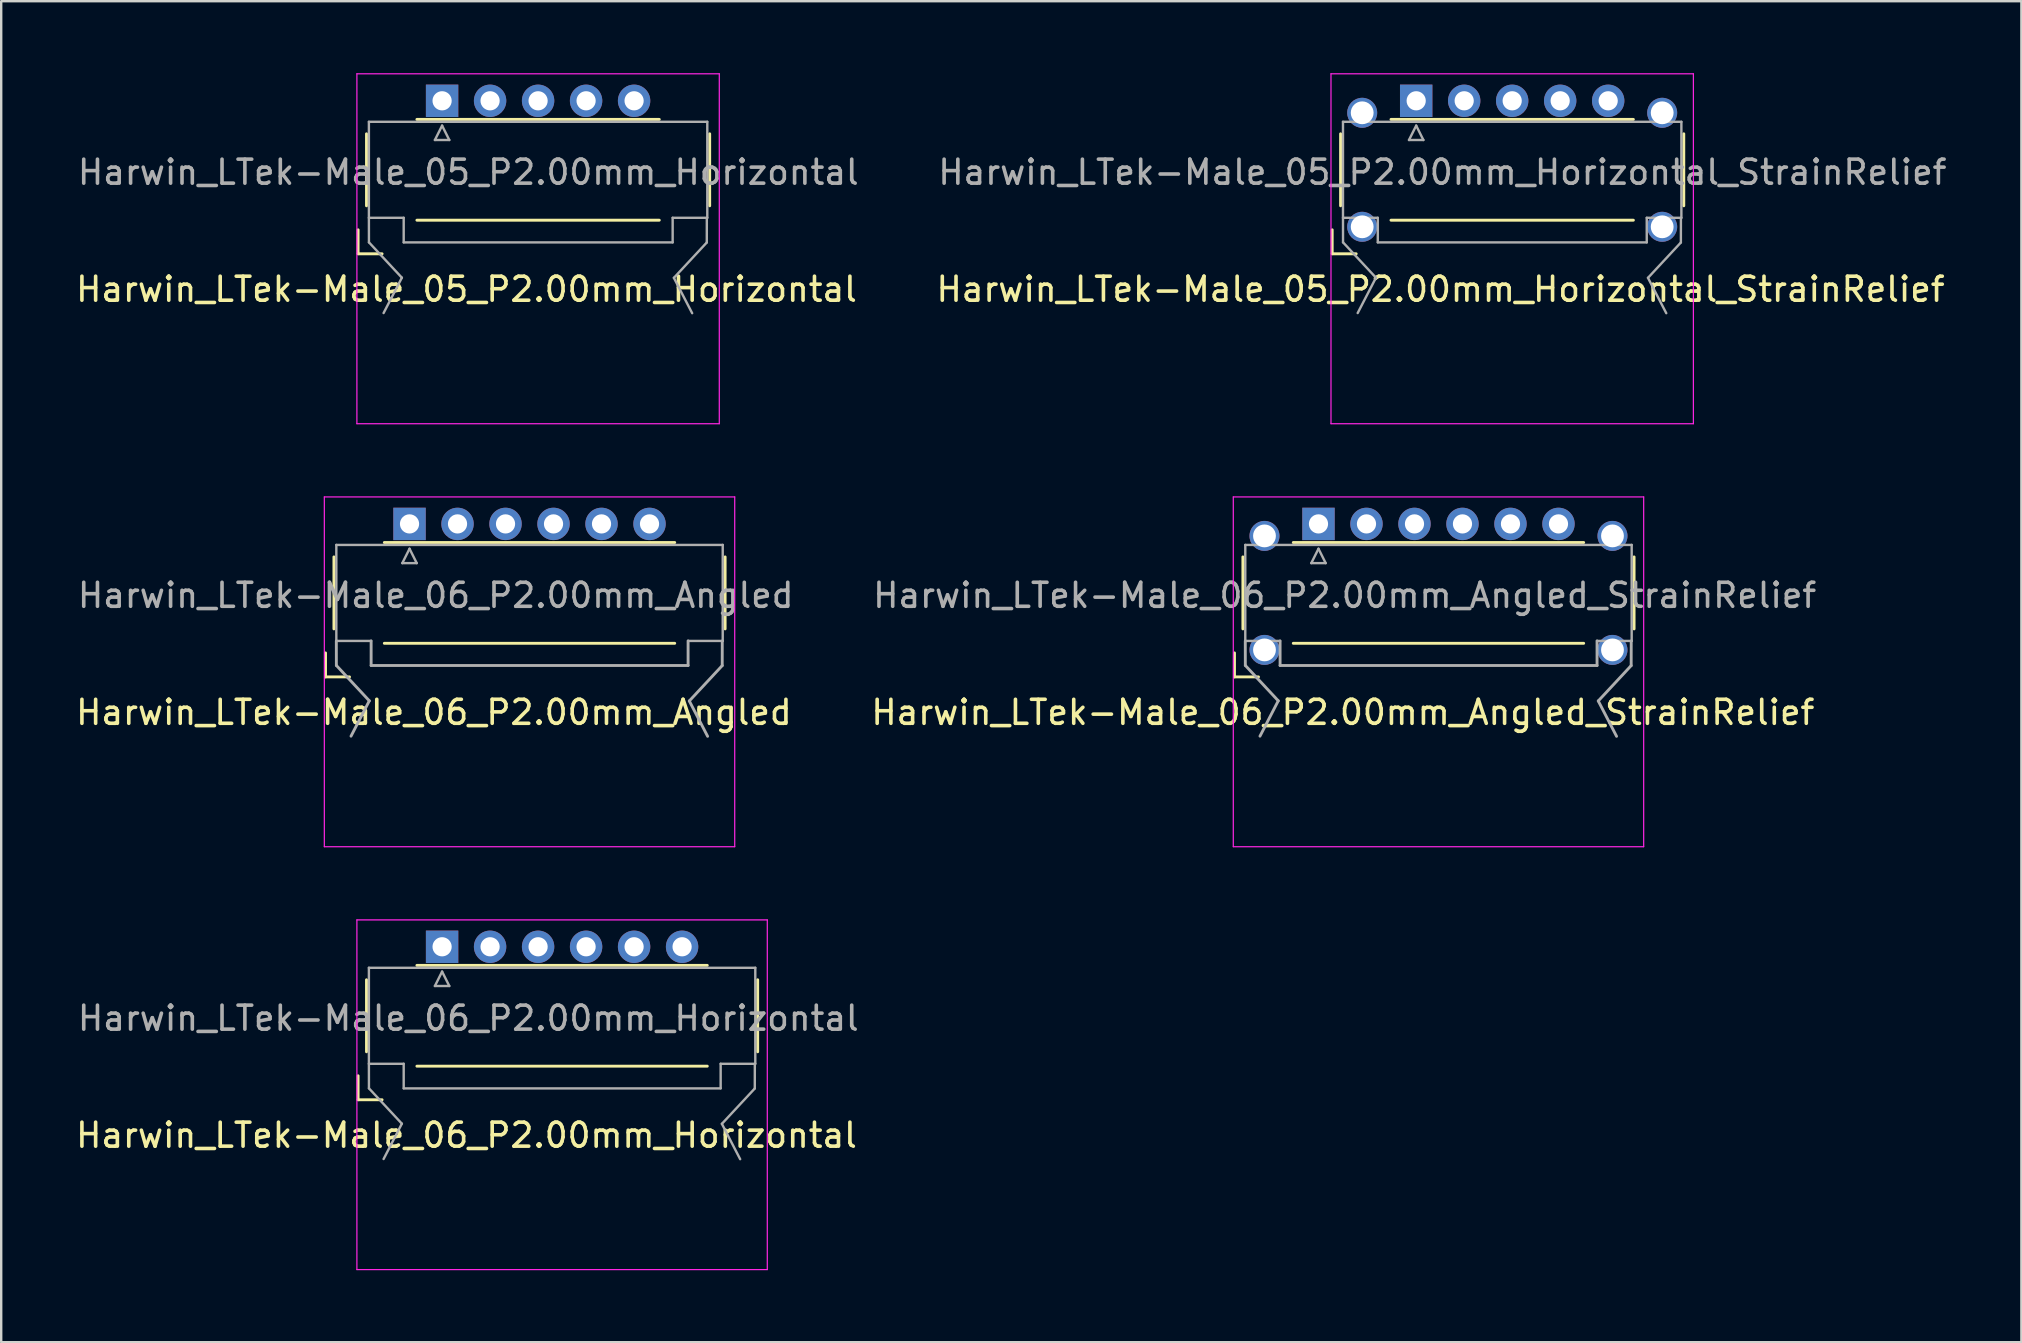
<source format=kicad_pcb>
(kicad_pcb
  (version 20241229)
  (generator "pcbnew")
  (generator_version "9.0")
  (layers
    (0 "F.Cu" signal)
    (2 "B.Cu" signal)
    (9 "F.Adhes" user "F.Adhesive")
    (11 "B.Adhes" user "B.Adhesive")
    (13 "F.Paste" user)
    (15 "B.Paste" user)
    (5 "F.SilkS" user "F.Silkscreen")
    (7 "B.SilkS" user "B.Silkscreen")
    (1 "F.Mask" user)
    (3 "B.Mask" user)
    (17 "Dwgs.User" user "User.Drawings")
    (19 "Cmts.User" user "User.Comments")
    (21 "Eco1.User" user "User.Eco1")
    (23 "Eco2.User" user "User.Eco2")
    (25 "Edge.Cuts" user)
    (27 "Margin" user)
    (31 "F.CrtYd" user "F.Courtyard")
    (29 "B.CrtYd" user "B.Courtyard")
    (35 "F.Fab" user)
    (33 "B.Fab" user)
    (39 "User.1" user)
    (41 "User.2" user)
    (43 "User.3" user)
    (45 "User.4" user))
  (footprint "Harwin_LTek-Male_06_P2.00mm_Horizontal"
    (layer "F.Cu")
    (at 15.371 36.4)
    (property "Reference" "Harwin_LTek-Male_06_P2.00mm_Horizontal" (at 1.016 7.853 180) (layer "F.SilkS") (effects (font (size 1 1) (thickness 0.15))))
    (attr through_hole)
    (fp_line (start -3.5 5.375) (end -3.5 6.375) (stroke (width 0.12) (type solid)) (layer "F.SilkS"))
    (fp_line (start -3.5 6.375) (end -2.5 6.375) (stroke (width 0.12) (type solid)) (layer "F.SilkS"))
    (fp_line (start -3.15 1.375) (end -3.15 4.375) (stroke (width 0.12) (type solid)) (layer "F.SilkS"))
    (fp_line (start -1.05 0.775) (end 11.05 0.775) (stroke (width 0.12) (type solid)) (layer "F.SilkS"))
    (fp_line (start -1.05 4.975) (end 11.05 4.975) (stroke (width 0.12) (type solid)) (layer "F.SilkS"))
    (fp_line (start 13.15 1.375) (end 13.15 4.375) (stroke (width 0.12) (type solid)) (layer "F.SilkS"))
    (fp_line (start -3.55 -1.12) (end -3.55 13.45) (stroke (width 0.05) (type solid)) (layer "F.CrtYd"))
    (fp_line (start -3.55 13.45) (end 13.55 13.45) (stroke (width 0.05) (type solid)) (layer "F.CrtYd"))
    (fp_line (start 13.55 -1.12) (end -3.55 -1.12) (stroke (width 0.05) (type solid)) (layer "F.CrtYd"))
    (fp_line (start 13.55 13.45) (end 13.55 -1.12) (stroke (width 0.05) (type solid)) (layer "F.CrtYd"))
    (fp_line (start -3.05 0.875) (end -3.05 4.875) (stroke (width 0.1) (type solid)) (layer "F.Fab"))
    (fp_line (start -3.048 5.898) (end -3.05 4.875) (stroke (width 0.1) (type solid)) (layer "F.Fab"))
    (fp_line (start -3.043 4.875) (end -1.6 4.875) (stroke (width 0.1) (type solid)) (layer "F.Fab"))
    (fp_line (start -1.676 7.371) (end -3.048 5.898) (stroke (width 0.1) (type solid)) (layer "F.Fab"))
    (fp_line (start -1.676 7.371) (end -2.438 8.844) (stroke (width 0.1) (type solid)) (layer "F.Fab"))
    (fp_line (start -1.6 4.875) (end -1.6 5.898) (stroke (width 0.1) (type solid)) (layer "F.Fab"))
    (fp_line (start -1.6 5.9) (end 11.607 5.9) (stroke (width 0.1) (type solid)) (layer "F.Fab"))
    (fp_line (start -0.3 1.634) (end 0.3 1.634) (stroke (width 0.1) (type solid)) (layer "F.Fab"))
    (fp_line (start 0 1.034) (end -0.3 1.634) (stroke (width 0.1) (type solid)) (layer "F.Fab"))
    (fp_line (start 0.3 1.634) (end 0 1.034) (stroke (width 0.1) (type solid)) (layer "F.Fab"))
    (fp_line (start 11.607 4.875) (end 13.05 4.875) (stroke (width 0.1) (type solid)) (layer "F.Fab"))
    (fp_line (start 11.607 5.898) (end 11.607 4.875) (stroke (width 0.1) (type solid)) (layer "F.Fab"))
    (fp_line (start 11.658 7.377) (end 12.42 8.85) (stroke (width 0.1) (type solid)) (layer "F.Fab"))
    (fp_line (start 11.658 7.377) (end 13.029 5.904) (stroke (width 0.1) (type solid)) (layer "F.Fab"))
    (fp_line (start 13.029 5.904) (end 13.031 4.881) (stroke (width 0.1) (type solid)) (layer "F.Fab"))
    (fp_line (start 13.05 0.875) (end -3.05 0.875) (stroke (width 0.1) (type solid)) (layer "F.Fab"))
    (fp_line (start 13.05 4.875) (end 13.05 0.875) (stroke (width 0.1) (type solid)) (layer "F.Fab"))
    (fp_text user "${REFERENCE}" (at 1.092 2.977 0) (layer "F.Fab") (effects (font (size 1 1) (thickness 0.15))))
    (pad "1" thru_hole rect (at 0 0) (size 1.35 1.35) (drill 0.8) (layers "*.Cu" "*.Mask"))
    (pad "2" thru_hole circle (at 2 0) (size 1.35 1.35) (drill 0.8) (layers "*.Cu" "*.Mask"))
    (pad "3" thru_hole circle (at 4 0) (size 1.35 1.35) (drill 0.8) (layers "*.Cu" "*.Mask"))
    (pad "4" thru_hole circle (at 6 0) (size 1.35 1.35) (drill 0.8) (layers "*.Cu" "*.Mask"))
    (pad "5" thru_hole circle (at 8 0) (size 1.35 1.35) (drill 0.8) (layers "*.Cu" "*.Mask"))
    (pad "6" thru_hole circle (at 10 0) (size 1.35 1.35) (drill 0.8) (layers "*.Cu" "*.Mask")))
  (footprint "Harwin_LTek-Male_06_P2.00mm_Angled"
    (layer "F.Cu")
    (at 14.014 21.655)
    (property "Reference" "Harwin_LTek-Male_06_P2.00mm_Angled" (at 1.016 4.978 180) (layer "F.SilkS") (effects (font (size 1 1) (thickness 0.15))))
    (attr through_hole)
    (fp_line (start -3.5 2.5) (end -3.5 3.5) (stroke (width 0.12) (type solid)) (layer "F.SilkS"))
    (fp_line (start -3.5 3.5) (end -2.5 3.5) (stroke (width 0.12) (type solid)) (layer "F.SilkS"))
    (fp_line (start -3.15 -1.5) (end -3.15 1.5) (stroke (width 0.12) (type solid)) (layer "F.SilkS"))
    (fp_line (start -1.05 -2.1) (end 11.05 -2.1) (stroke (width 0.12) (type solid)) (layer "F.SilkS"))
    (fp_line (start -1.05 2.1) (end 11.05 2.1) (stroke (width 0.12) (type solid)) (layer "F.SilkS"))
    (fp_line (start 13.15 -1.5) (end 13.15 1.5) (stroke (width 0.12) (type solid)) (layer "F.SilkS"))
    (fp_line (start -3.55 -4) (end -3.55 10.575) (stroke (width 0.05) (type solid)) (layer "F.CrtYd"))
    (fp_line (start -3.55 10.575) (end 13.55 10.575) (stroke (width 0.05) (type solid)) (layer "F.CrtYd"))
    (fp_line (start 13.55 -4) (end -3.55 -4) (stroke (width 0.05) (type solid)) (layer "F.CrtYd"))
    (fp_line (start 13.55 10.575) (end 13.55 -4) (stroke (width 0.05) (type solid)) (layer "F.CrtYd"))
    (fp_line (start -3.05 -2) (end -3.05 2) (stroke (width 0.1) (type solid)) (layer "F.Fab"))
    (fp_line (start -3.048 3.023) (end -3.05 2) (stroke (width 0.12) (type solid)) (layer "F.Fab"))
    (fp_line (start -3.043 2) (end -1.6 2) (stroke (width 0.1) (type solid)) (layer "F.Fab"))
    (fp_line (start -1.676 4.496) (end -3.048 3.023) (stroke (width 0.12) (type solid)) (layer "F.Fab"))
    (fp_line (start -1.676 4.496) (end -2.438 5.969) (stroke (width 0.12) (type solid)) (layer "F.Fab"))
    (fp_line (start -1.6 2) (end -1.6 3.023) (stroke (width 0.12) (type solid)) (layer "F.Fab"))
    (fp_line (start -1.6 3.025) (end 11.607 3.025) (stroke (width 0.12) (type solid)) (layer "F.Fab"))
    (fp_line (start -0.3 -1.241) (end 0.3 -1.241) (stroke (width 0.1) (type solid)) (layer "F.Fab"))
    (fp_line (start 0 -1.841) (end -0.3 -1.241) (stroke (width 0.1) (type solid)) (layer "F.Fab"))
    (fp_line (start 0.3 -1.241) (end 0 -1.841) (stroke (width 0.1) (type solid)) (layer "F.Fab"))
    (fp_line (start 11.607 2) (end 13.05 2) (stroke (width 0.1) (type solid)) (layer "F.Fab"))
    (fp_line (start 11.607 3.023) (end 11.607 2) (stroke (width 0.12) (type solid)) (layer "F.Fab"))
    (fp_line (start 11.658 4.502) (end 12.42 5.975) (stroke (width 0.12) (type solid)) (layer "F.Fab"))
    (fp_line (start 11.658 4.502) (end 13.029 3.029) (stroke (width 0.12) (type solid)) (layer "F.Fab"))
    (fp_line (start 13.029 3.029) (end 13.031 2.006) (stroke (width 0.12) (type solid)) (layer "F.Fab"))
    (fp_line (start 13.05 -2) (end -3.05 -2) (stroke (width 0.1) (type solid)) (layer "F.Fab"))
    (fp_line (start 13.05 2) (end 13.05 -2) (stroke (width 0.1) (type solid)) (layer "F.Fab"))
    (fp_text user "${REFERENCE}" (at 1.092 0.102 0) (layer "F.Fab") (effects (font (size 1 1) (thickness 0.15))))
    (pad "1" thru_hole rect (at 0 -2.875) (size 1.35 1.35) (drill 0.8) (layers "*.Cu" "*.Mask"))
    (pad "2" thru_hole circle (at 2 -2.875) (size 1.35 1.35) (drill 0.8) (layers "*.Cu" "*.Mask"))
    (pad "3" thru_hole circle (at 4 -2.875) (size 1.35 1.35) (drill 0.8) (layers "*.Cu" "*.Mask"))
    (pad "4" thru_hole circle (at 6 -2.875) (size 1.35 1.35) (drill 0.8) (layers "*.Cu" "*.Mask"))
    (pad "5" thru_hole circle (at 8 -2.875) (size 1.35 1.35) (drill 0.8) (layers "*.Cu" "*.Mask"))
    (pad "6" thru_hole circle (at 10 -2.875) (size 1.35 1.35) (drill 0.8) (layers "*.Cu" "*.Mask")))
  (footprint "Harwin_LTek-Male_06_P2.00mm_Angled_StrainRelief"
    (layer "F.Cu")
    (at 51.888 21.655)
    (property "Reference" "Harwin_LTek-Male_06_P2.00mm_Angled_StrainRelief" (at 1.016 4.978 180) (layer "F.SilkS") (effects (font (size 1 1) (thickness 0.15))))
    (attr through_hole)
    (fp_line (start -3.5 2.5) (end -3.5 3.5) (stroke (width 0.12) (type solid)) (layer "F.SilkS"))
    (fp_line (start -3.5 3.5) (end -2.5 3.5) (stroke (width 0.12) (type solid)) (layer "F.SilkS"))
    (fp_line (start -3.15 -1.5) (end -3.15 1.5) (stroke (width 0.12) (type solid)) (layer "F.SilkS"))
    (fp_line (start -1.05 -2.1) (end 11.05 -2.1) (stroke (width 0.12) (type solid)) (layer "F.SilkS"))
    (fp_line (start -1.05 2.1) (end 11.05 2.1) (stroke (width 0.12) (type solid)) (layer "F.SilkS"))
    (fp_line (start 13.15 -1.5) (end 13.15 1.5) (stroke (width 0.12) (type solid)) (layer "F.SilkS"))
    (fp_line (start -3.55 -4) (end -3.55 10.575) (stroke (width 0.05) (type solid)) (layer "F.CrtYd"))
    (fp_line (start -3.55 10.575) (end 13.55 10.575) (stroke (width 0.05) (type solid)) (layer "F.CrtYd"))
    (fp_line (start 13.55 -4) (end -3.55 -4) (stroke (width 0.05) (type solid)) (layer "F.CrtYd"))
    (fp_line (start 13.55 10.575) (end 13.55 -4) (stroke (width 0.05) (type solid)) (layer "F.CrtYd"))
    (fp_line (start -3.05 -2) (end -3.05 2) (stroke (width 0.1) (type solid)) (layer "F.Fab"))
    (fp_line (start -3.048 3.023) (end -3.05 2) (stroke (width 0.12) (type solid)) (layer "F.Fab"))
    (fp_line (start -3.043 2) (end -1.6 2) (stroke (width 0.1) (type solid)) (layer "F.Fab"))
    (fp_line (start -1.676 4.496) (end -3.048 3.023) (stroke (width 0.12) (type solid)) (layer "F.Fab"))
    (fp_line (start -1.676 4.496) (end -2.438 5.969) (stroke (width 0.12) (type solid)) (layer "F.Fab"))
    (fp_line (start -1.6 2) (end -1.6 3.023) (stroke (width 0.12) (type solid)) (layer "F.Fab"))
    (fp_line (start -1.6 3.025) (end 11.607 3.025) (stroke (width 0.12) (type solid)) (layer "F.Fab"))
    (fp_line (start -0.3 -1.241) (end 0.3 -1.241) (stroke (width 0.1) (type solid)) (layer "F.Fab"))
    (fp_line (start 0 -1.841) (end -0.3 -1.241) (stroke (width 0.1) (type solid)) (layer "F.Fab"))
    (fp_line (start 0.3 -1.241) (end 0 -1.841) (stroke (width 0.1) (type solid)) (layer "F.Fab"))
    (fp_line (start 11.607 2) (end 13.05 2) (stroke (width 0.1) (type solid)) (layer "F.Fab"))
    (fp_line (start 11.607 3.023) (end 11.607 2) (stroke (width 0.12) (type solid)) (layer "F.Fab"))
    (fp_line (start 11.658 4.502) (end 12.42 5.975) (stroke (width 0.12) (type solid)) (layer "F.Fab"))
    (fp_line (start 11.658 4.502) (end 13.029 3.029) (stroke (width 0.12) (type solid)) (layer "F.Fab"))
    (fp_line (start 13.029 3.029) (end 13.031 2.006) (stroke (width 0.12) (type solid)) (layer "F.Fab"))
    (fp_line (start 13.05 -2) (end -3.05 -2) (stroke (width 0.1) (type solid)) (layer "F.Fab"))
    (fp_line (start 13.05 2) (end 13.05 -2) (stroke (width 0.1) (type solid)) (layer "F.Fab"))
    (fp_text user "${REFERENCE}" (at 1.092 0.102 0) (layer "F.Fab") (effects (font (size 1 1) (thickness 0.15))))
    (pad "" thru_hole circle (at -2.25 -2.375) (size 1.25 1.25) (drill 0.95) (layers "*.Cu" "*.Mask"))
    (pad "" thru_hole circle (at -2.25 2.375) (size 1.25 1.25) (drill 0.95) (layers "*.Cu" "*.Mask"))
    (pad "" thru_hole circle (at 12.25 -2.375) (size 1.25 1.25) (drill 0.95) (layers "*.Cu" "*.Mask"))
    (pad "" thru_hole circle (at 12.25 2.375) (size 1.25 1.25) (drill 0.95) (layers "*.Cu" "*.Mask"))
    (pad "1" thru_hole rect (at 0 -2.875) (size 1.35 1.35) (drill 0.8) (layers "*.Cu" "*.Mask"))
    (pad "2" thru_hole circle (at 2 -2.875) (size 1.35 1.35) (drill 0.8) (layers "*.Cu" "*.Mask"))
    (pad "3" thru_hole circle (at 4 -2.875) (size 1.35 1.35) (drill 0.8) (layers "*.Cu" "*.Mask"))
    (pad "4" thru_hole circle (at 6 -2.875) (size 1.35 1.35) (drill 0.8) (layers "*.Cu" "*.Mask"))
    (pad "5" thru_hole circle (at 8 -2.875) (size 1.35 1.35) (drill 0.8) (layers "*.Cu" "*.Mask"))
    (pad "6" thru_hole circle (at 10 -2.875) (size 1.35 1.35) (drill 0.8) (layers "*.Cu" "*.Mask")))
  (footprint "Harwin_LTek-Male_05_P2.00mm_Horizontal_StrainRelief"
    (layer "F.Cu")
    (at 55.959 4.025)
    (property "Reference" "Harwin_LTek-Male_05_P2.00mm_Horizontal_StrainRelief" (at 1.016 4.978 180) (layer "F.SilkS") (effects (font (size 1 1) (thickness 0.15))))
    (attr through_hole)
    (fp_line (start -3.5 2.5) (end -3.5 3.5) (stroke (width 0.12) (type solid)) (layer "F.SilkS"))
    (fp_line (start -3.5 3.5) (end -2.5 3.5) (stroke (width 0.12) (type solid)) (layer "F.SilkS"))
    (fp_line (start -3.15 -1.5) (end -3.15 1.5) (stroke (width 0.12) (type solid)) (layer "F.SilkS"))
    (fp_line (start -1.05 -2.1) (end 9.05 -2.1) (stroke (width 0.12) (type solid)) (layer "F.SilkS"))
    (fp_line (start -1.05 2.1) (end 9.05 2.1) (stroke (width 0.12) (type solid)) (layer "F.SilkS"))
    (fp_line (start 11.15 -1.5) (end 11.15 1.5) (stroke (width 0.12) (type solid)) (layer "F.SilkS"))
    (fp_line (start -3.55 -4) (end -3.55 10.58) (stroke (width 0.05) (type solid)) (layer "F.CrtYd"))
    (fp_line (start -3.55 10.58) (end 11.55 10.58) (stroke (width 0.05) (type solid)) (layer "F.CrtYd"))
    (fp_line (start 11.55 -4) (end -3.55 -4) (stroke (width 0.05) (type solid)) (layer "F.CrtYd"))
    (fp_line (start 11.55 10.58) (end 11.55 -4) (stroke (width 0.05) (type solid)) (layer "F.CrtYd"))
    (fp_line (start -3.05 -2) (end -3.05 2) (stroke (width 0.1) (type solid)) (layer "F.Fab"))
    (fp_line (start -3.048 3.023) (end -3.05 2) (stroke (width 0.1) (type solid)) (layer "F.Fab"))
    (fp_line (start -3.043 2) (end -1.6 2) (stroke (width 0.1) (type solid)) (layer "F.Fab"))
    (fp_line (start -1.676 4.496) (end -3.048 3.023) (stroke (width 0.1) (type solid)) (layer "F.Fab"))
    (fp_line (start -1.676 4.496) (end -2.438 5.969) (stroke (width 0.1) (type solid)) (layer "F.Fab"))
    (fp_line (start -1.6 2) (end -1.6 3.023) (stroke (width 0.1) (type solid)) (layer "F.Fab"))
    (fp_line (start -1.6 3.025) (end 9.607 3.025) (stroke (width 0.1) (type solid)) (layer "F.Fab"))
    (fp_line (start -0.3 -1.241) (end 0.3 -1.241) (stroke (width 0.1) (type solid)) (layer "F.Fab"))
    (fp_line (start 0 -1.841) (end -0.3 -1.241) (stroke (width 0.1) (type solid)) (layer "F.Fab"))
    (fp_line (start 0.3 -1.241) (end 0 -1.841) (stroke (width 0.1) (type solid)) (layer "F.Fab"))
    (fp_line (start 9.607 2) (end 11.05 2) (stroke (width 0.1) (type solid)) (layer "F.Fab"))
    (fp_line (start 9.607 3.023) (end 9.607 2) (stroke (width 0.1) (type solid)) (layer "F.Fab"))
    (fp_line (start 9.658 4.502) (end 10.42 5.975) (stroke (width 0.1) (type solid)) (layer "F.Fab"))
    (fp_line (start 9.658 4.502) (end 11.029 3.029) (stroke (width 0.1) (type solid)) (layer "F.Fab"))
    (fp_line (start 11.029 3.029) (end 11.031 2.006) (stroke (width 0.1) (type solid)) (layer "F.Fab"))
    (fp_line (start 11.05 -2) (end -3.05 -2) (stroke (width 0.1) (type solid)) (layer "F.Fab"))
    (fp_line (start 11.05 2) (end 11.05 -2) (stroke (width 0.1) (type solid)) (layer "F.Fab"))
    (fp_text user "${REFERENCE}" (at 1.092 0.102 0) (layer "F.Fab") (effects (font (size 1 1) (thickness 0.15))))
    (pad "" thru_hole circle (at -2.25 -2.375) (size 1.25 1.25) (drill 0.95) (layers "*.Cu" "*.Mask"))
    (pad "" thru_hole circle (at -2.25 2.375) (size 1.25 1.25) (drill 0.95) (layers "*.Cu" "*.Mask"))
    (pad "" thru_hole circle (at 10.25 -2.375) (size 1.25 1.25) (drill 0.95) (layers "*.Cu" "*.Mask"))
    (pad "" thru_hole circle (at 10.25 2.375) (size 1.25 1.25) (drill 0.95) (layers "*.Cu" "*.Mask"))
    (pad "1" thru_hole rect (at 0 -2.875) (size 1.35 1.35) (drill 0.8) (layers "*.Cu" "*.Mask"))
    (pad "2" thru_hole circle (at 2 -2.875) (size 1.35 1.35) (drill 0.8) (layers "*.Cu" "*.Mask"))
    (pad "3" thru_hole circle (at 4 -2.875) (size 1.35 1.35) (drill 0.8) (layers "*.Cu" "*.Mask"))
    (pad "4" thru_hole circle (at 6 -2.875) (size 1.35 1.35) (drill 0.8) (layers "*.Cu" "*.Mask"))
    (pad "5" thru_hole circle (at 8 -2.875) (size 1.35 1.35) (drill 0.8) (layers "*.Cu" "*.Mask")))
  (footprint "Harwin_LTek-Male_05_P2.00mm_Horizontal"
    (layer "F.Cu")
    (at 15.371 4.025)
    (property "Reference" "Harwin_LTek-Male_05_P2.00mm_Horizontal" (at 1.016 4.978 180) (layer "F.SilkS") (effects (font (size 1 1) (thickness 0.15))))
    (attr through_hole)
    (fp_line (start -3.5 2.5) (end -3.5 3.5) (stroke (width 0.12) (type solid)) (layer "F.SilkS"))
    (fp_line (start -3.5 3.5) (end -2.5 3.5) (stroke (width 0.12) (type solid)) (layer "F.SilkS"))
    (fp_line (start -3.15 -1.5) (end -3.15 1.5) (stroke (width 0.12) (type solid)) (layer "F.SilkS"))
    (fp_line (start -1.05 -2.1) (end 9.05 -2.1) (stroke (width 0.12) (type solid)) (layer "F.SilkS"))
    (fp_line (start -1.05 2.1) (end 9.05 2.1) (stroke (width 0.12) (type solid)) (layer "F.SilkS"))
    (fp_line (start 11.15 -1.5) (end 11.15 1.5) (stroke (width 0.12) (type solid)) (layer "F.SilkS"))
    (fp_line (start -3.55 -4) (end -3.55 10.58) (stroke (width 0.05) (type solid)) (layer "F.CrtYd"))
    (fp_line (start -3.55 10.58) (end 11.55 10.58) (stroke (width 0.05) (type solid)) (layer "F.CrtYd"))
    (fp_line (start 11.55 -4) (end -3.55 -4) (stroke (width 0.05) (type solid)) (layer "F.CrtYd"))
    (fp_line (start 11.55 10.58) (end 11.55 -4) (stroke (width 0.05) (type solid)) (layer "F.CrtYd"))
    (fp_line (start -3.05 -2) (end -3.05 2) (stroke (width 0.1) (type solid)) (layer "F.Fab"))
    (fp_line (start -3.048 3.023) (end -3.05 2) (stroke (width 0.1) (type solid)) (layer "F.Fab"))
    (fp_line (start -3.043 2) (end -1.6 2) (stroke (width 0.1) (type solid)) (layer "F.Fab"))
    (fp_line (start -1.676 4.496) (end -3.048 3.023) (stroke (width 0.1) (type solid)) (layer "F.Fab"))
    (fp_line (start -1.676 4.496) (end -2.438 5.969) (stroke (width 0.1) (type solid)) (layer "F.Fab"))
    (fp_line (start -1.6 2) (end -1.6 3.023) (stroke (width 0.1) (type solid)) (layer "F.Fab"))
    (fp_line (start -1.6 3.025) (end 9.607 3.025) (stroke (width 0.1) (type solid)) (layer "F.Fab"))
    (fp_line (start -0.3 -1.241) (end 0.3 -1.241) (stroke (width 0.1) (type solid)) (layer "F.Fab"))
    (fp_line (start 0 -1.841) (end -0.3 -1.241) (stroke (width 0.1) (type solid)) (layer "F.Fab"))
    (fp_line (start 0.3 -1.241) (end 0 -1.841) (stroke (width 0.1) (type solid)) (layer "F.Fab"))
    (fp_line (start 9.607 2) (end 11.05 2) (stroke (width 0.1) (type solid)) (layer "F.Fab"))
    (fp_line (start 9.607 3.023) (end 9.607 2) (stroke (width 0.1) (type solid)) (layer "F.Fab"))
    (fp_line (start 9.658 4.502) (end 10.42 5.975) (stroke (width 0.1) (type solid)) (layer "F.Fab"))
    (fp_line (start 9.658 4.502) (end 11.029 3.029) (stroke (width 0.1) (type solid)) (layer "F.Fab"))
    (fp_line (start 11.029 3.029) (end 11.031 2.006) (stroke (width 0.1) (type solid)) (layer "F.Fab"))
    (fp_line (start 11.05 -2) (end -3.05 -2) (stroke (width 0.1) (type solid)) (layer "F.Fab"))
    (fp_line (start 11.05 2) (end 11.05 -2) (stroke (width 0.1) (type solid)) (layer "F.Fab"))
    (fp_text user "${REFERENCE}" (at 1.092 0.102 0) (layer "F.Fab") (effects (font (size 1 1) (thickness 0.15))))
    (pad "1" thru_hole rect (at 0 -2.875) (size 1.35 1.35) (drill 0.8) (layers "*.Cu" "*.Mask"))
    (pad "2" thru_hole circle (at 2 -2.875) (size 1.35 1.35) (drill 0.8) (layers "*.Cu" "*.Mask"))
    (pad "3" thru_hole circle (at 4 -2.875) (size 1.35 1.35) (drill 0.8) (layers "*.Cu" "*.Mask"))
    (pad "4" thru_hole circle (at 6 -2.875) (size 1.35 1.35) (drill 0.8) (layers "*.Cu" "*.Mask"))
    (pad "5" thru_hole circle (at 8 -2.875) (size 1.35 1.35) (drill 0.8) (layers "*.Cu" "*.Mask")))
  (gr_rect
    (start -3 -3)
    (end 81.176 52.875)
    (stroke (width 0.1) (type default))
    (fill no)
    (layer "Edge.Cuts")))
</source>
